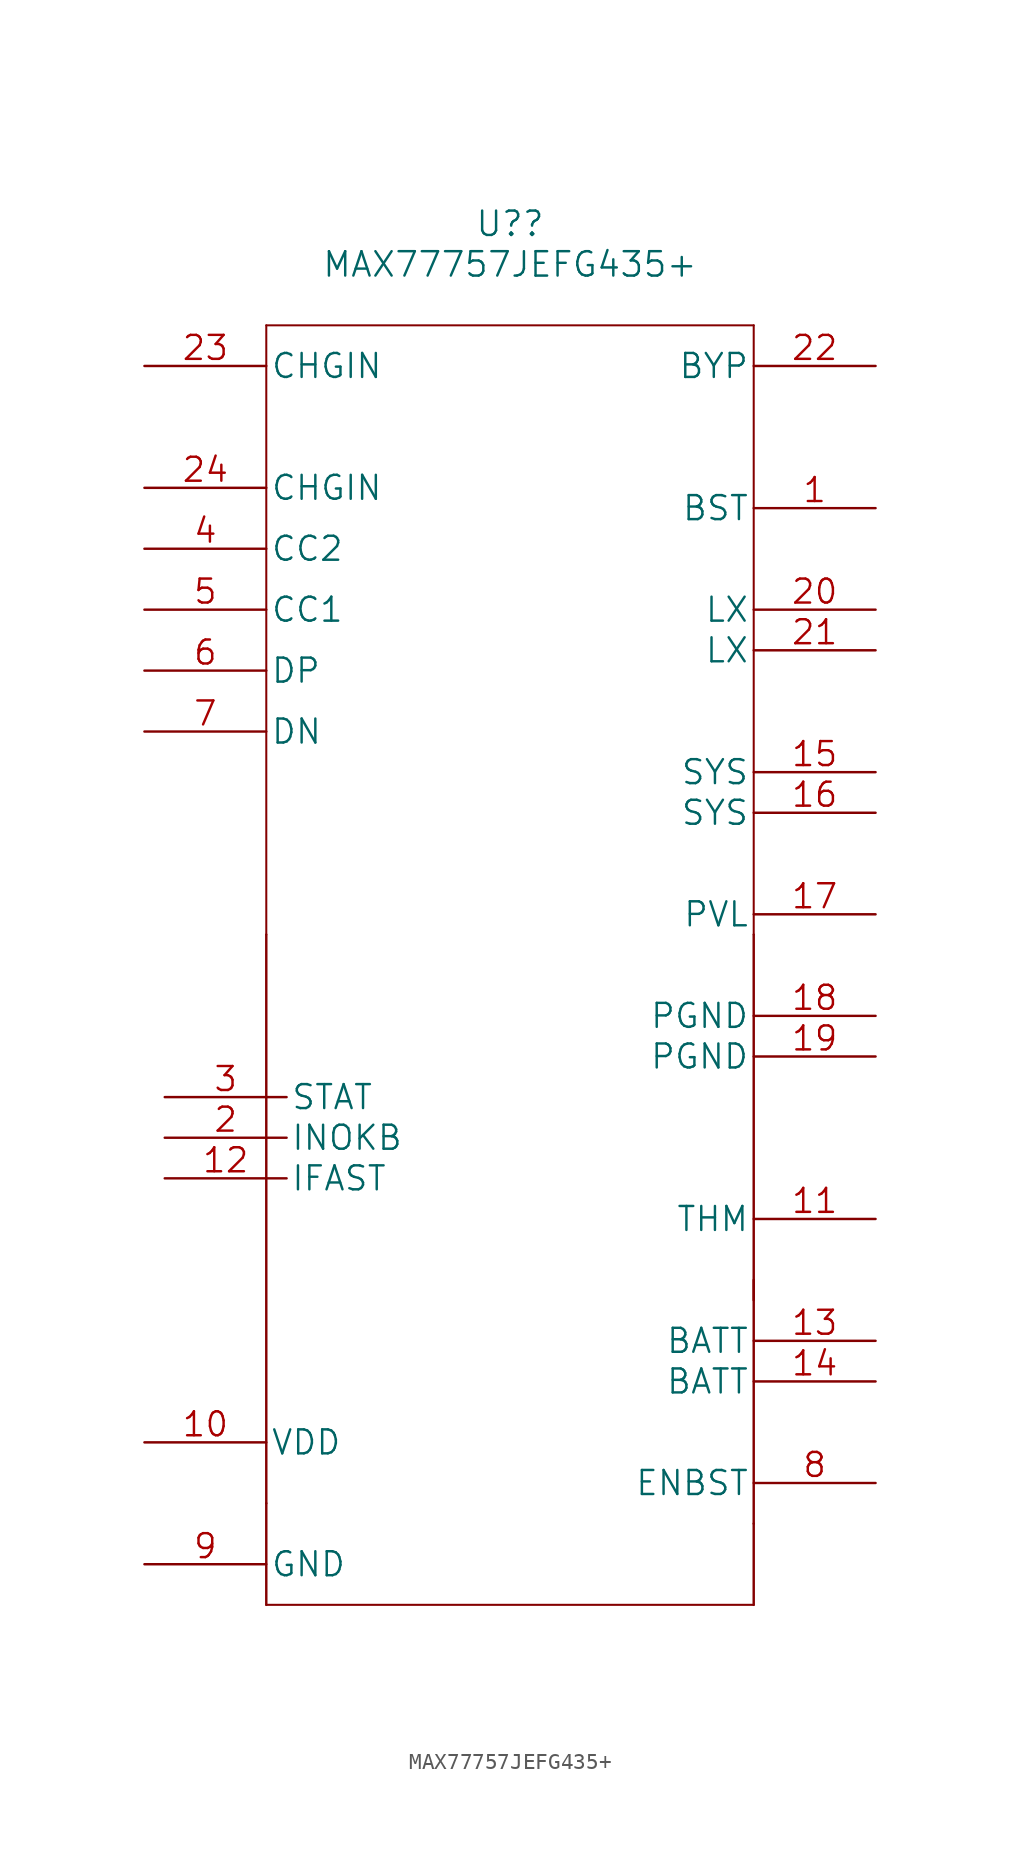
<source format=kicad_sym>
(kicad_symbol_lib
  (version 20211014)
  (generator kicad_symbol_editor)
  (symbol "MAX77757JEFG435+"
    (pin_names
      (offset 0.254))
    (property "Reference" "U?"
      (at 22.86 11.43 0)
      (effects (font (size 1.524 1.524))))
    (property "Value" "MAX77757JEFG435+"
      (at 22.86 8.89 0)
      (effects (font (size 1.524 1.524))))
    (property "Datasheet" ""
      (at 0 0 0)
      (effects (font (size 1.524 1.524))))
    (property "ki_locked" ""
      (at 0 0 0)
      (effects (font (size 1.27 1.27))))
    (symbol "MAX77757JEFG435+_1_1"
      (polyline (pts (xy 7.62 -74.93) (xy 7.62 -68.58)) (stroke (width 0) (type default) (color 0 0 0 0)) (fill (type none)))
      (polyline (pts (xy 7.62 -74.93) (xy 38.1 -74.93)) (stroke (width 0.127) (type default) (color 0 0 0 0)) (fill (type none)))
      (polyline (pts (xy 7.62 -33.02) (xy 7.62 -68.58)) (stroke (width 0) (type default) (color 0 0 0 0)) (fill (type none)))
      (polyline (pts (xy 7.62 5.08) (xy 7.62 -33.02)) (stroke (width 0.127) (type default) (color 0 0 0 0)) (fill (type none)))
      (polyline (pts (xy 38.1 -69.85) (xy 38.1 -74.93)) (stroke (width 0) (type default) (color 0 0 0 0)) (fill (type none)))
      (polyline (pts (xy 38.1 -69.85) (xy 38.1 -54.61)) (stroke (width 0) (type default) (color 0 0 0 0)) (fill (type none)))
      (polyline (pts (xy 38.1 -33.02) (xy 38.1 5.08)) (stroke (width 0.127) (type default) (color 0 0 0 0)) (fill (type none)))
      (polyline (pts (xy 38.1 5.08) (xy 7.62 5.08)) (stroke (width 0.127) (type default) (color 0 0 0 0)) (fill (type none)))
      (polyline (pts (xy 38.1 -33.02) (xy 38.1 -55.88) (xy 38.1 -55.88)) (stroke (width 0) (type default) (color 0 0 0 0)) (fill (type none)))
      (pin unspecified line (at 45.72 -6.35 180) (length 7.62) (name "BST" (effects (font (size 1.499 1.499)))) (number "1" (effects (font (size 1.499 1.499)))))
      (pin output line (at 0 -64.77 0) (length 7.62) (name "VDD" (effects (font (size 1.499 1.499)))) (number "10" (effects (font (size 1.499 1.499)))))
      (pin unspecified line (at 45.72 -50.8 180) (length 7.62) (name "THM" (effects (font (size 1.499 1.499)))) (number "11" (effects (font (size 1.499 1.499)))))
      (pin unspecified line (at 1.27 -48.26 0) (length 7.62) (name "IFAST" (effects (font (size 1.499 1.499)))) (number "12" (effects (font (size 1.499 1.499)))))
      (pin unspecified line (at 45.72 -58.42 180) (length 7.62) (name "BATT" (effects (font (size 1.499 1.499)))) (number "13" (effects (font (size 1.499 1.499)))))
      (pin unspecified line (at 45.72 -60.96 180) (length 7.62) (name "BATT" (effects (font (size 1.499 1.499)))) (number "14" (effects (font (size 1.499 1.499)))))
      (pin unspecified line (at 45.72 -22.86 180) (length 7.62) (name "SYS" (effects (font (size 1.499 1.499)))) (number "15" (effects (font (size 1.499 1.499)))))
      (pin unspecified line (at 45.72 -25.4 180) (length 7.62) (name "SYS" (effects (font (size 1.499 1.499)))) (number "16" (effects (font (size 1.499 1.499)))))
      (pin output line (at 45.72 -31.75 180) (length 7.62) (name "PVL" (effects (font (size 1.499 1.499)))) (number "17" (effects (font (size 1.499 1.499)))))
      (pin power_in line (at 45.72 -38.1 180) (length 7.62) (name "PGND" (effects (font (size 1.499 1.499)))) (number "18" (effects (font (size 1.499 1.499)))))
      (pin power_in line (at 45.72 -40.64 180) (length 7.62) (name "PGND" (effects (font (size 1.499 1.499)))) (number "19" (effects (font (size 1.499 1.499)))))
      (pin bidirectional line (at 1.27 -45.72 0) (length 7.62) (name "INOKB" (effects (font (size 1.499 1.499)))) (number "2" (effects (font (size 1.499 1.499)))))
      (pin unspecified line (at 45.72 -12.7 180) (length 7.62) (name "LX" (effects (font (size 1.499 1.499)))) (number "20" (effects (font (size 1.499 1.499)))))
      (pin unspecified line (at 45.72 -15.24 180) (length 7.62) (name "LX" (effects (font (size 1.499 1.499)))) (number "21" (effects (font (size 1.499 1.499)))))
      (pin output line (at 45.72 2.54 180) (length 7.62) (name "BYP" (effects (font (size 1.499 1.499)))) (number "22" (effects (font (size 1.499 1.499)))))
      (pin input line (at 0 2.54 0) (length 7.62) (name "CHGIN" (effects (font (size 1.499 1.499)))) (number "23" (effects (font (size 1.499 1.499)))))
      (pin input line (at 0 -5.08 0) (length 7.62) (name "CHGIN" (effects (font (size 1.499 1.499)))) (number "24" (effects (font (size 1.499 1.499)))))
      (pin output line (at 1.27 -43.18 0) (length 7.62) (name "STAT" (effects (font (size 1.499 1.499)))) (number "3" (effects (font (size 1.499 1.499)))))
      (pin unspecified line (at 0 -8.89 0) (length 7.62) (name "CC2" (effects (font (size 1.499 1.499)))) (number "4" (effects (font (size 1.499 1.499)))))
      (pin unspecified line (at 0 -12.7 0) (length 7.62) (name "CC1" (effects (font (size 1.499 1.499)))) (number "5" (effects (font (size 1.499 1.499)))))
      (pin output line (at 0 -16.51 0) (length 7.62) (name "DP" (effects (font (size 1.499 1.499)))) (number "6" (effects (font (size 1.499 1.499)))))
      (pin output line (at 0 -20.32 0) (length 7.62) (name "DN" (effects (font (size 1.499 1.499)))) (number "7" (effects (font (size 1.499 1.499)))))
      (pin input line (at 45.72 -67.31 180) (length 7.62) (name "ENBST" (effects (font (size 1.499 1.499)))) (number "8" (effects (font (size 1.499 1.499)))))
      (pin power_in line (at 0 -72.39 0) (length 7.62) (name "GND" (effects (font (size 1.499 1.499)))) (number "9" (effects (font (size 1.499 1.499))))))))
</source>
